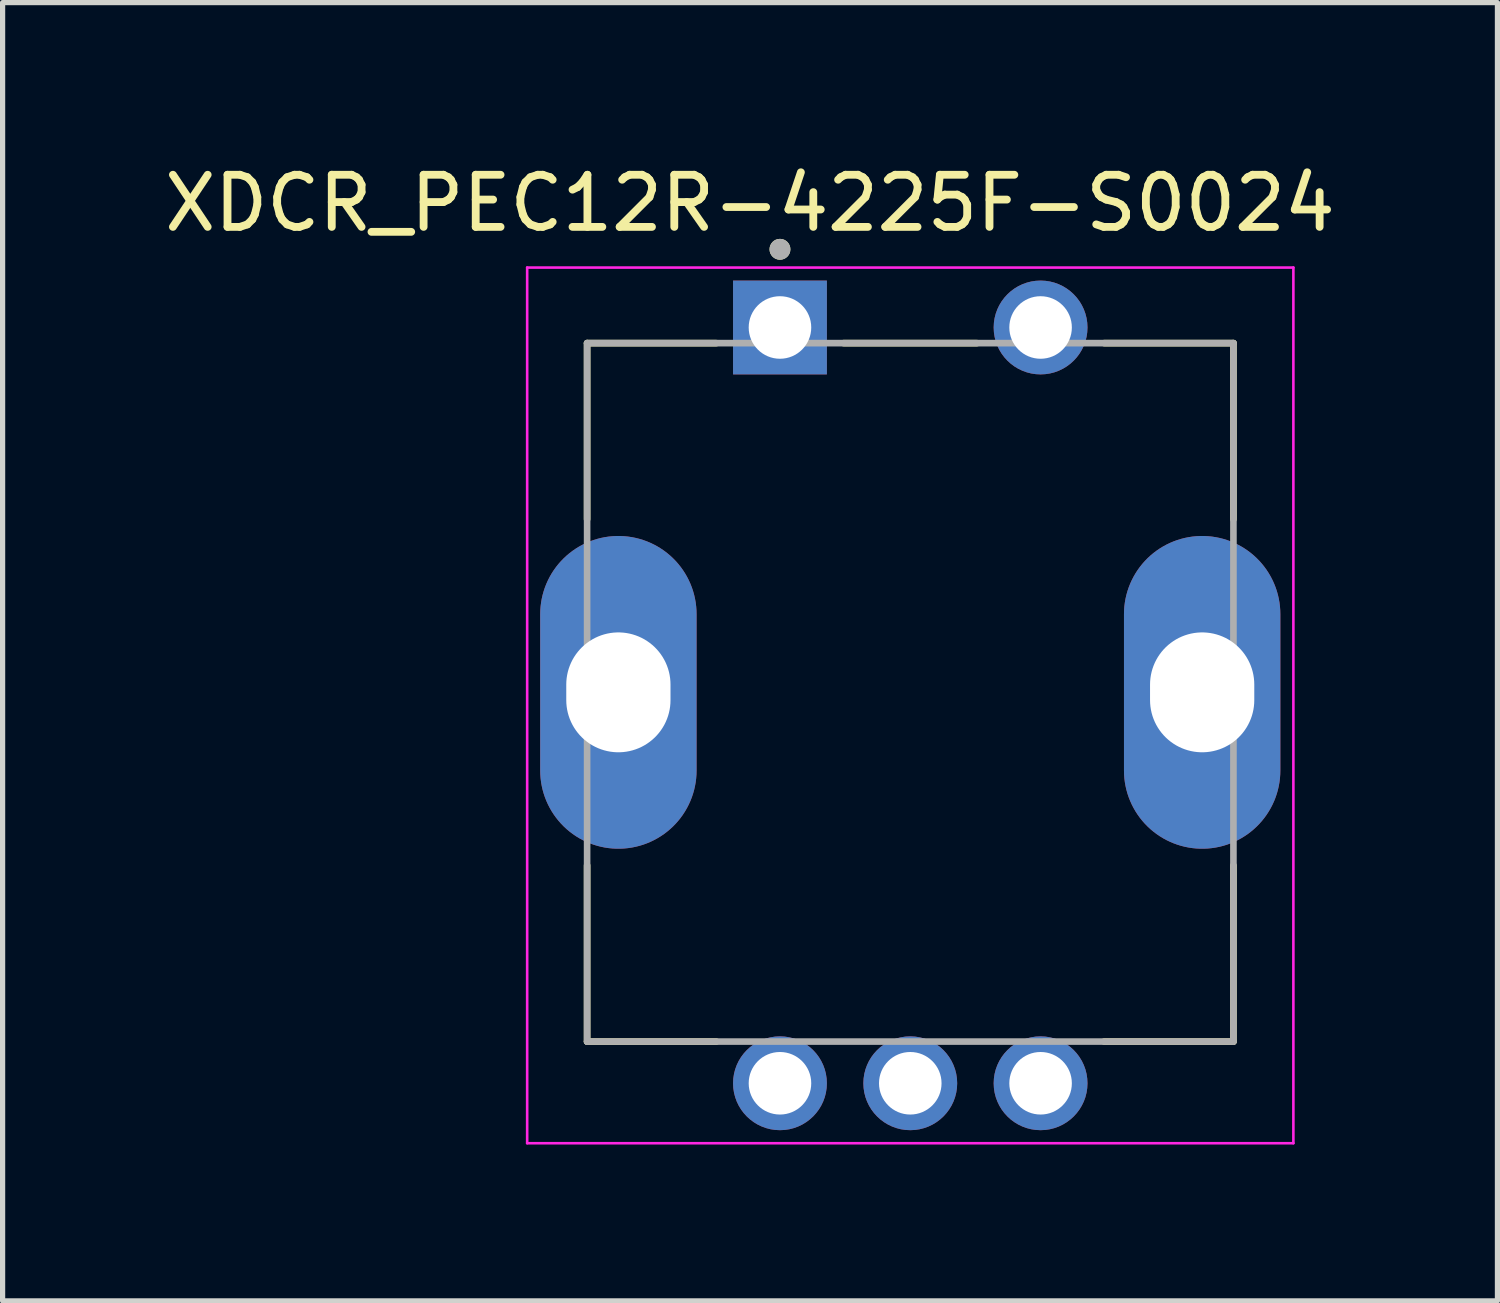
<source format=kicad_pcb>
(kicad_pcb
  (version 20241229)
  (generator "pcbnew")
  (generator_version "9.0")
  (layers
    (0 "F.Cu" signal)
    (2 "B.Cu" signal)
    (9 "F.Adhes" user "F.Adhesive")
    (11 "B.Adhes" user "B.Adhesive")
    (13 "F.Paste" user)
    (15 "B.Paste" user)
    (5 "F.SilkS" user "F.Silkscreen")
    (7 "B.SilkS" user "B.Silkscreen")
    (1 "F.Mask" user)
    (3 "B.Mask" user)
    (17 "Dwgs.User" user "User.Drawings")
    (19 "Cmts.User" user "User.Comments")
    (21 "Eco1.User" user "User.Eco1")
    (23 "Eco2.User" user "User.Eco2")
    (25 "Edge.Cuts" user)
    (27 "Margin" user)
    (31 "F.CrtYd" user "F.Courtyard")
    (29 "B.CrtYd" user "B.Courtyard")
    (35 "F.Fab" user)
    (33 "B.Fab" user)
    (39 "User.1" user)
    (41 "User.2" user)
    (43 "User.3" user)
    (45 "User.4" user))
  (footprint "XDCR_PEC12R-4225F-S0024"
    (layer "F.Cu")
    (at 14.414 10.233)
    (property "Reference" "XDCR_PEC12R-4225F-S0024" (at -3.075 -9.385 0) (layer "F.SilkS") (effects (font (size 1 1) (thickness 0.15))))
    (attr through_hole)
    (fp_line (start -6.2 -6.7) (end -3.72 -6.7) (stroke (width 0.127) (type solid)) (layer "F.SilkS"))
    (fp_line (start -6.2 -3.32) (end -6.2 -6.7) (stroke (width 0.127) (type solid)) (layer "F.SilkS"))
    (fp_line (start -6.2 6.7) (end -6.2 3.32) (stroke (width 0.127) (type solid)) (layer "F.SilkS"))
    (fp_line (start -3.72 6.7) (end -6.2 6.7) (stroke (width 0.127) (type solid)) (layer "F.SilkS"))
    (fp_line (start -1.28 -6.7) (end 1.28 -6.7) (stroke (width 0.127) (type solid)) (layer "F.SilkS"))
    (fp_line (start 3.72 -6.7) (end 6.2 -6.7) (stroke (width 0.127) (type solid)) (layer "F.SilkS"))
    (fp_line (start 6.2 -6.7) (end 6.2 -3.32) (stroke (width 0.127) (type solid)) (layer "F.SilkS"))
    (fp_line (start 6.2 6.7) (end 3.72 6.7) (stroke (width 0.127) (type solid)) (layer "F.SilkS"))
    (fp_line (start 6.2 6.7) (end 6.2 3.32) (stroke (width 0.127) (type solid)) (layer "F.SilkS"))
    (fp_circle (center -2.5 -8.5) (end -2.4 -8.5) (stroke (width 0.2) (type solid)) (fill no) (layer "F.SilkS"))
    (fp_line (start -7.35 -8.15) (end -7.35 8.65) (stroke (width 0.05) (type solid)) (layer "F.CrtYd"))
    (fp_line (start -7.35 8.65) (end 7.35 8.65) (stroke (width 0.05) (type solid)) (layer "F.CrtYd"))
    (fp_line (start 7.35 -8.15) (end -7.35 -8.15) (stroke (width 0.05) (type solid)) (layer "F.CrtYd"))
    (fp_line (start 7.35 8.65) (end 7.35 -8.15) (stroke (width 0.05) (type solid)) (layer "F.CrtYd"))
    (fp_line (start -6.2 -6.7) (end 6.2 -6.7) (stroke (width 0.127) (type solid)) (layer "F.Fab"))
    (fp_line (start -6.2 6.7) (end -6.2 -6.7) (stroke (width 0.127) (type solid)) (layer "F.Fab"))
    (fp_line (start 6.2 -6.7) (end 6.2 6.7) (stroke (width 0.127) (type solid)) (layer "F.Fab"))
    (fp_line (start 6.2 6.7) (end -6.2 6.7) (stroke (width 0.127) (type solid)) (layer "F.Fab"))
    (fp_circle (center -2.5 -8.5) (end -2.4 -8.5) (stroke (width 0.2) (type solid)) (fill no) (layer "F.Fab"))
    (pad "1" thru_hole rect (at -2.5 -7) (size 1.8 1.8) (drill 1.2) (layers "*.Cu" "*.Mask"))
    (pad "2" thru_hole circle (at 2.5 -7) (size 1.8 1.8) (drill 1.2) (layers "*.Cu" "*.Mask"))
    (pad "A" thru_hole circle (at -2.5 7.5) (size 1.8 1.8) (drill 1.2) (layers "*.Cu" "*.Mask"))
    (pad "B" thru_hole circle (at 2.5 7.5) (size 1.8 1.8) (drill 1.2) (layers "*.Cu" "*.Mask"))
    (pad "C" thru_hole circle (at 0 7.5) (size 1.8 1.8) (drill 1.2) (layers "*.Cu" "*.Mask"))
    (pad "SH1" thru_hole oval (at -5.6 0) (size 3 6) (drill oval 2 2.3) (layers "*.Cu" "*.Mask"))
    (pad "SH2" thru_hole oval (at 5.6 0) (size 3 6) (drill oval 2 2.3) (layers "*.Cu" "*.Mask")))
  (gr_rect
    (start -3 -3)
    (end 25.679 21.908)
    (stroke (width 0.1) (type default))
    (fill no)
    (layer "Edge.Cuts")))
</source>
